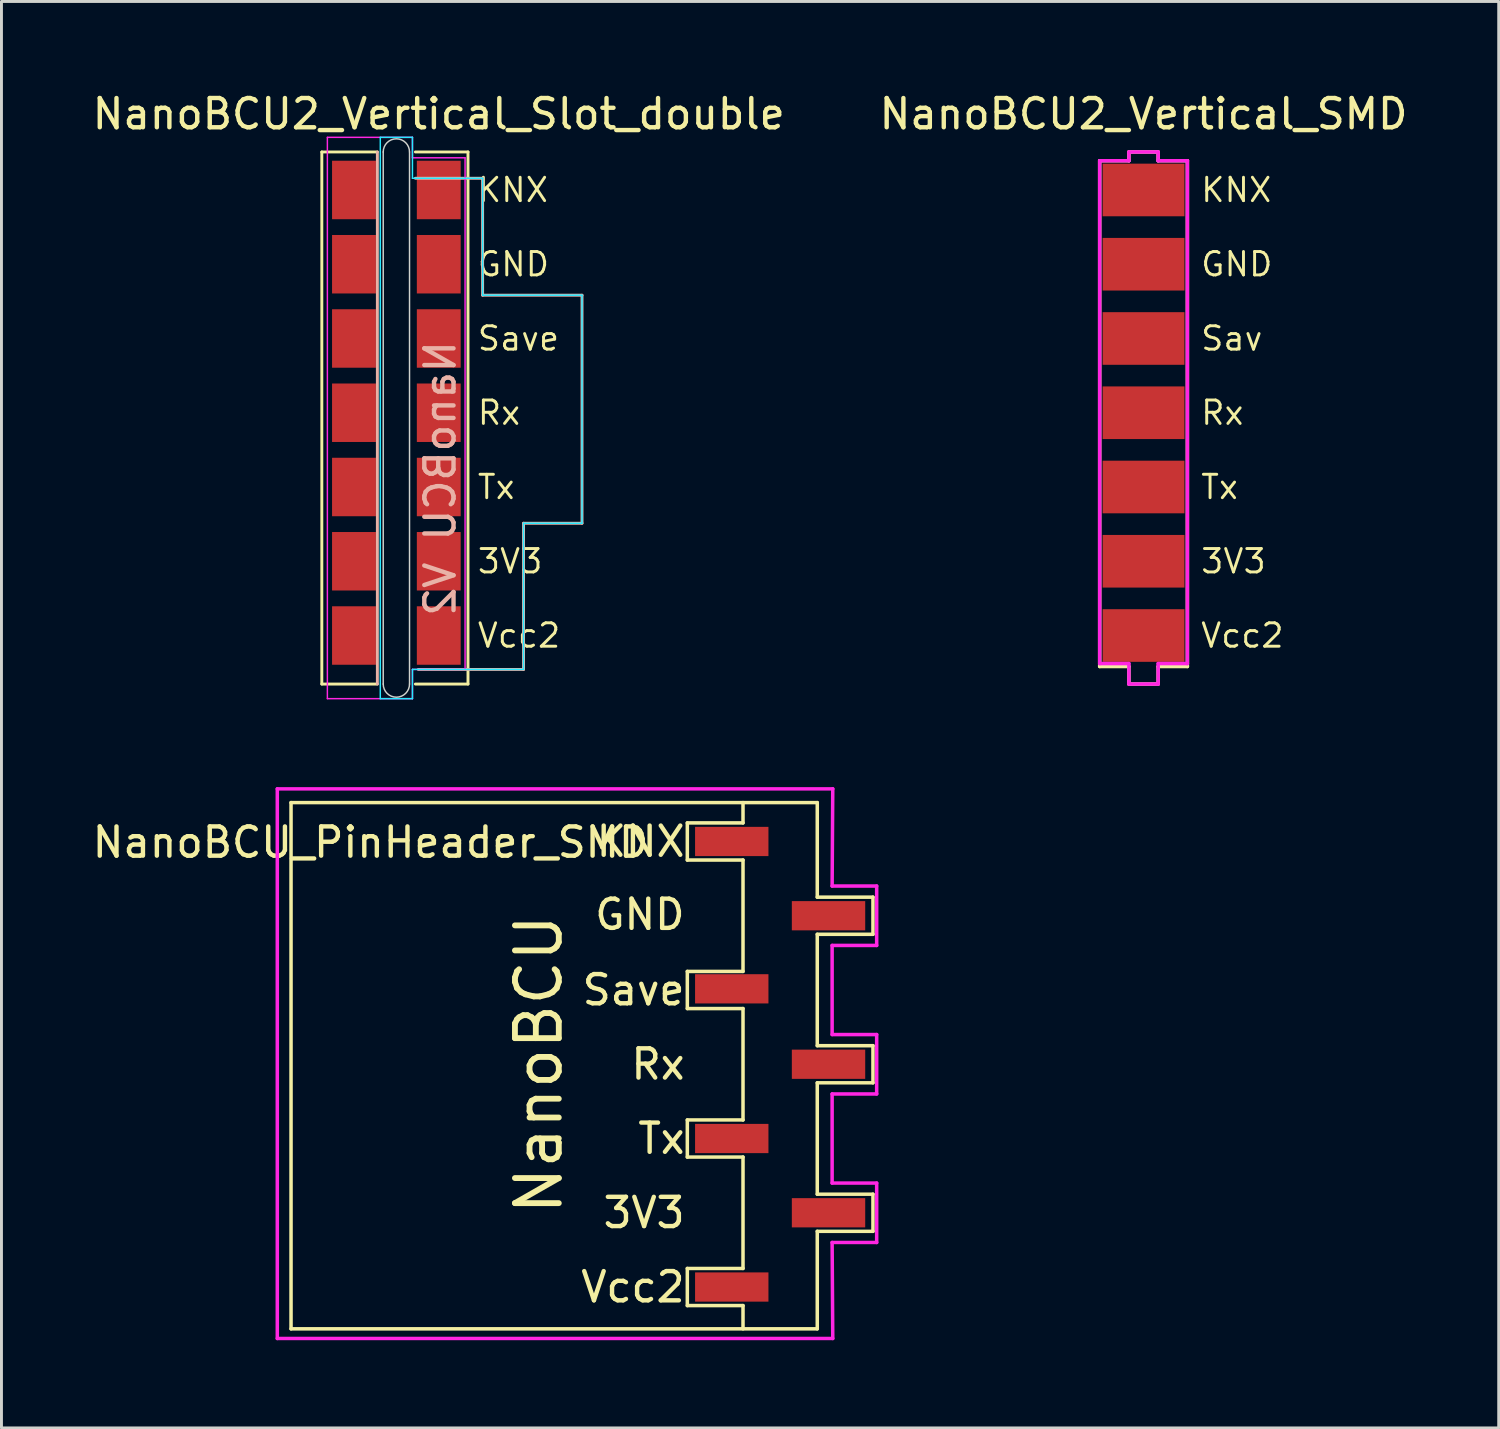
<source format=kicad_pcb>
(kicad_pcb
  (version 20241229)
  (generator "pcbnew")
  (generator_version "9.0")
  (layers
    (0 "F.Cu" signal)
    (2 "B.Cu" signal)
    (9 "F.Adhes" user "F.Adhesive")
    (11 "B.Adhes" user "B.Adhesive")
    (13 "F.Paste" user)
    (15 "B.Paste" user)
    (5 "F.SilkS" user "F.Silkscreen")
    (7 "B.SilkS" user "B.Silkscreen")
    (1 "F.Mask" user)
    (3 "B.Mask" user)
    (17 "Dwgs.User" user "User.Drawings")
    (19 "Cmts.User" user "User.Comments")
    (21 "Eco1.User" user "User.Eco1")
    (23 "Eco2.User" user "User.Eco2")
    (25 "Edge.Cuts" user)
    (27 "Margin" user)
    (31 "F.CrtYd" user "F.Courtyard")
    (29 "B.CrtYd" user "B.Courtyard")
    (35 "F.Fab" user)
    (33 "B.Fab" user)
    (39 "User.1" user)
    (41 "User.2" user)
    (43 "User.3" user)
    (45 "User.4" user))
  (footprint "NanoBCU_PinHeader_SMD"
    (layer "F.Cu")
    (at 23.635 25.733)
    (property "Reference" "NanoBCU_PinHeader_SMD" (at -14.01 0.03 0) (layer "F.SilkS") (effects (font (size 1 1) (thickness 0.15))))
    (attr smd)
    (fp_line (start -16.73 16.67) (end -16.73 -1.33) (stroke (width 0.12) (type solid)) (layer "F.SilkS"))
    (fp_line (start -3.175 -0.635) (end -3.175 0.635) (stroke (width 0.12) (type solid)) (layer "F.SilkS"))
    (fp_line (start -3.175 0.635) (end -1.27 0.635) (stroke (width 0.12) (type solid)) (layer "F.SilkS"))
    (fp_line (start -3.175 4.445) (end -3.175 5.715) (stroke (width 0.12) (type solid)) (layer "F.SilkS"))
    (fp_line (start -3.175 5.715) (end -1.27 5.715) (stroke (width 0.12) (type solid)) (layer "F.SilkS"))
    (fp_line (start -3.175 9.525) (end -3.175 10.795) (stroke (width 0.12) (type solid)) (layer "F.SilkS"))
    (fp_line (start -3.175 10.795) (end -1.27 10.795) (stroke (width 0.12) (type solid)) (layer "F.SilkS"))
    (fp_line (start -3.175 14.605) (end -3.175 15.875) (stroke (width 0.12) (type solid)) (layer "F.SilkS"))
    (fp_line (start -3.175 15.875) (end -1.27 15.875) (stroke (width 0.12) (type solid)) (layer "F.SilkS"))
    (fp_line (start -1.27 -1.33) (end -1.27 -0.635) (stroke (width 0.12) (type solid)) (layer "F.SilkS"))
    (fp_line (start -1.27 -0.635) (end -3.175 -0.635) (stroke (width 0.12) (type solid)) (layer "F.SilkS"))
    (fp_line (start -1.27 0.635) (end -1.27 4.445) (stroke (width 0.12) (type solid)) (layer "F.SilkS"))
    (fp_line (start -1.27 4.445) (end -3.175 4.445) (stroke (width 0.12) (type solid)) (layer "F.SilkS"))
    (fp_line (start -1.27 5.715) (end -1.27 9.525) (stroke (width 0.12) (type solid)) (layer "F.SilkS"))
    (fp_line (start -1.27 9.525) (end -3.175 9.525) (stroke (width 0.12) (type solid)) (layer "F.SilkS"))
    (fp_line (start -1.27 10.795) (end -1.27 14.605) (stroke (width 0.12) (type solid)) (layer "F.SilkS"))
    (fp_line (start -1.27 14.605) (end -3.175 14.605) (stroke (width 0.12) (type solid)) (layer "F.SilkS"))
    (fp_line (start -1.27 15.875) (end -1.27 16.67) (stroke (width 0.12) (type solid)) (layer "F.SilkS"))
    (fp_line (start 1.27 -1.33) (end -16.73 -1.33) (stroke (width 0.12) (type solid)) (layer "F.SilkS"))
    (fp_line (start 1.27 -1.33) (end 1.27 1.905) (stroke (width 0.12) (type solid)) (layer "F.SilkS"))
    (fp_line (start 1.27 1.905) (end 3.175 1.905) (stroke (width 0.12) (type solid)) (layer "F.SilkS"))
    (fp_line (start 1.27 3.175) (end 1.27 6.985) (stroke (width 0.12) (type solid)) (layer "F.SilkS"))
    (fp_line (start 1.27 6.985) (end 3.175 6.985) (stroke (width 0.12) (type solid)) (layer "F.SilkS"))
    (fp_line (start 1.27 8.255) (end 1.27 12.065) (stroke (width 0.12) (type solid)) (layer "F.SilkS"))
    (fp_line (start 1.27 12.065) (end 3.175 12.065) (stroke (width 0.12) (type solid)) (layer "F.SilkS"))
    (fp_line (start 1.27 13.335) (end 1.27 16.67) (stroke (width 0.12) (type solid)) (layer "F.SilkS"))
    (fp_line (start 1.27 16.67) (end -16.73 16.67) (stroke (width 0.12) (type solid)) (layer "F.SilkS"))
    (fp_line (start 3.175 1.905) (end 3.175 3.175) (stroke (width 0.12) (type solid)) (layer "F.SilkS"))
    (fp_line (start 3.175 3.175) (end 1.27 3.175) (stroke (width 0.12) (type solid)) (layer "F.SilkS"))
    (fp_line (start 3.175 6.985) (end 3.175 8.255) (stroke (width 0.12) (type solid)) (layer "F.SilkS"))
    (fp_line (start 3.175 8.255) (end 1.27 8.255) (stroke (width 0.12) (type solid)) (layer "F.SilkS"))
    (fp_line (start 3.175 12.065) (end 3.175 13.335) (stroke (width 0.12) (type solid)) (layer "F.SilkS"))
    (fp_line (start 3.175 13.335) (end 1.27 13.335) (stroke (width 0.12) (type solid)) (layer "F.SilkS"))
    (fp_line (start -17.2 -1.8) (end 1.8 -1.8) (stroke (width 0.12) (type solid)) (layer "F.CrtYd"))
    (fp_line (start -17.2 17) (end -17.2 -1.8) (stroke (width 0.12) (type solid)) (layer "F.CrtYd"))
    (fp_line (start 1.778 1.524) (end 3.302 1.524) (stroke (width 0.12) (type solid)) (layer "F.CrtYd"))
    (fp_line (start 1.778 3.556) (end 1.778 6.604) (stroke (width 0.12) (type solid)) (layer "F.CrtYd"))
    (fp_line (start 1.778 6.604) (end 3.302 6.604) (stroke (width 0.12) (type solid)) (layer "F.CrtYd"))
    (fp_line (start 1.778 8.636) (end 1.778 11.684) (stroke (width 0.12) (type solid)) (layer "F.CrtYd"))
    (fp_line (start 1.778 11.684) (end 3.302 11.684) (stroke (width 0.12) (type solid)) (layer "F.CrtYd"))
    (fp_line (start 1.778 13.716) (end 1.8 17) (stroke (width 0.12) (type solid)) (layer "F.CrtYd"))
    (fp_line (start 1.8 -1.8) (end 1.778 1.524) (stroke (width 0.12) (type solid)) (layer "F.CrtYd"))
    (fp_line (start 1.8 17) (end -17.2 17) (stroke (width 0.12) (type solid)) (layer "F.CrtYd"))
    (fp_line (start 3.302 1.524) (end 3.302 3.556) (stroke (width 0.12) (type solid)) (layer "F.CrtYd"))
    (fp_line (start 3.302 3.556) (end 1.778 3.556) (stroke (width 0.12) (type solid)) (layer "F.CrtYd"))
    (fp_line (start 3.302 6.604) (end 3.302 8.636) (stroke (width 0.12) (type solid)) (layer "F.CrtYd"))
    (fp_line (start 3.302 8.636) (end 1.778 8.636) (stroke (width 0.12) (type solid)) (layer "F.CrtYd"))
    (fp_line (start 3.302 11.684) (end 3.302 13.716) (stroke (width 0.12) (type solid)) (layer "F.CrtYd"))
    (fp_line (start 3.302 13.716) (end 1.778 13.716) (stroke (width 0.12) (type solid)) (layer "F.CrtYd"))
    (fp_text user "Tx" (at -3.175 10.16 0) (layer "F.SilkS") (effects (font (size 1 1) (thickness 0.15)) (justify right)))
    (fp_text user "KNX" (at -3.175 0 0) (layer "F.SilkS") (effects (font (size 1 1) (thickness 0.15)) (justify right)))
    (fp_text user "NanoBCU" (at -8.255 7.62 90) (layer "F.SilkS") (effects (font (size 1.5 1.5) (thickness 0.2))))
    (fp_text user "3V3" (at -3.175 12.7 0) (layer "F.SilkS") (effects (font (size 1 1) (thickness 0.15)) (justify right)))
    (fp_text user "Save" (at -3.175 5.08 0) (layer "F.SilkS") (effects (font (size 1 1) (thickness 0.15)) (justify right)))
    (fp_text user "Rx" (at -3.175 7.62 0) (layer "F.SilkS") (effects (font (size 1 1) (thickness 0.15)) (justify right)))
    (fp_text user "Vcc2" (at -3.175 15.24 0) (layer "F.SilkS") (effects (font (size 1 1) (thickness 0.15)) (justify right)))
    (fp_text user "GND" (at -3.175 2.5 0) (layer "F.SilkS") (effects (font (size 1 1) (thickness 0.15)) (justify right)))
    (pad "1" smd rect (at -1.655 0) (size 2.51 1) (layers "F.Cu" "F.Mask" "F.Paste"))
    (pad "2" smd rect (at 1.655 2.54) (size 2.51 1) (layers "F.Cu" "F.Mask" "F.Paste"))
    (pad "3" smd rect (at -1.655 5.04) (size 2.51 1) (layers "F.Cu" "F.Mask" "F.Paste"))
    (pad "4" smd rect (at 1.655 7.62) (size 2.51 1) (layers "F.Cu" "F.Mask" "F.Paste"))
    (pad "5" smd rect (at -1.655 10.16) (size 2.51 1) (layers "F.Cu" "F.Mask" "F.Paste"))
    (pad "6" smd rect (at 1.655 12.7) (size 2.51 1) (layers "F.Cu" "F.Mask" "F.Paste"))
    (pad "7" smd rect (at -1.655 15.24) (size 2.51 1) (layers "F.Cu" "F.Mask" "F.Paste")))
  (footprint "NanoBCU2_Vertical_Slot_double"
    (layer "F.Cu")
    (at 11.958 3.448)
    (property "Reference" "NanoBCU2_Vertical_Slot_double" (at 0 -2.6 0) (layer "F.SilkS") (effects (font (size 1 1) (thickness 0.15))))
    (fp_line (start -4 -1.3) (end -4 16.9) (stroke (width 0.1) (type default)) (layer "F.SilkS"))
    (fp_line (start -4 -1.3) (end -2.1 -1.3) (stroke (width 0.1) (type default)) (layer "F.SilkS"))
    (fp_line (start -4 16.9) (end -2.1 16.9) (stroke (width 0.1) (type default)) (layer "F.SilkS"))
    (fp_line (start -0.8 -1.3) (end 1 -1.3) (stroke (width 0.1) (type default)) (layer "F.SilkS"))
    (fp_line (start -0.8 16.9) (end 1 16.9) (stroke (width 0.1) (type default)) (layer "F.SilkS"))
    (fp_line (start 1 16.9) (end 1 -1.3) (stroke (width 0.1) (type default)) (layer "F.SilkS"))
    (fp_line (start -2.1 -1.3) (end -2.1 16.9) (stroke (width 0.1) (type default)) (layer "B.SilkS"))
    (fp_line (start -0.8 -0.4) (end 1.5 -0.4) (stroke (width 0.1) (type default)) (layer "B.SilkS"))
    (fp_line (start -0.7 16.4) (end 2.9 16.4) (stroke (width 0.1) (type default)) (layer "B.SilkS"))
    (fp_line (start 1.5 3.6) (end 1.5 -0.4) (stroke (width 0.1) (type default)) (layer "B.SilkS"))
    (fp_line (start 2.9 11.4) (end 4.9 11.4) (stroke (width 0.1) (type default)) (layer "B.SilkS"))
    (fp_line (start 2.9 16.4) (end 2.9 11.4) (stroke (width 0.1) (type default)) (layer "B.SilkS"))
    (fp_line (start 4.9 3.6) (end 1.5 3.6) (stroke (width 0.1) (type default)) (layer "B.SilkS"))
    (fp_line (start 4.9 11.4) (end 4.9 3.6) (stroke (width 0.1) (type default)) (layer "B.SilkS"))
    (fp_line (start -1.9 -1.3) (end -1.9 16.9) (stroke (width 0.05) (type default)) (layer "Edge.Cuts"))
    (fp_line (start -1 -1.3) (end -1 16.9) (stroke (width 0.05) (type default)) (layer "Edge.Cuts"))
    (fp_arc (start -1.9 -1.3) (mid -1.45 -1.75) (end -1 -1.3) (stroke (width 0.05) (type default)) (layer "Edge.Cuts"))
    (fp_arc (start -1 16.9) (mid -1.45 17.35) (end -1.9 16.9) (stroke (width 0.05) (type default)) (layer "Edge.Cuts"))
    (fp_line (start -2 -1.8) (end -2 17.4) (stroke (width 0.05) (type default)) (layer "B.CrtYd"))
    (fp_line (start -2 17.4) (end -0.9 17.4) (stroke (width 0.05) (type default)) (layer "B.CrtYd"))
    (fp_line (start -0.9 -1.8) (end -2 -1.8) (stroke (width 0.05) (type default)) (layer "B.CrtYd"))
    (fp_line (start -0.9 -0.4) (end -0.9 -1.8) (stroke (width 0.05) (type default)) (layer "B.CrtYd"))
    (fp_line (start -0.9 16.4) (end 2.9 16.4) (stroke (width 0.05) (type default)) (layer "B.CrtYd"))
    (fp_line (start -0.9 17.4) (end -0.9 16.4) (stroke (width 0.05) (type default)) (layer "B.CrtYd"))
    (fp_line (start 1.5 -0.4) (end -0.9 -0.4) (stroke (width 0.05) (type default)) (layer "B.CrtYd"))
    (fp_line (start 1.5 3.6) (end 1.5 -0.4) (stroke (width 0.05) (type default)) (layer "B.CrtYd"))
    (fp_line (start 2.9 11.4) (end 4.9 11.4) (stroke (width 0.05) (type default)) (layer "B.CrtYd"))
    (fp_line (start 2.9 16.4) (end 2.9 11.4) (stroke (width 0.05) (type default)) (layer "B.CrtYd"))
    (fp_line (start 4.9 3.6) (end 1.5 3.6) (stroke (width 0.05) (type default)) (layer "B.CrtYd"))
    (fp_line (start 4.9 11.4) (end 4.9 3.6) (stroke (width 0.05) (type default)) (layer "B.CrtYd"))
    (fp_line (start -3.81 -1.8) (end -0.9 -1.8) (stroke (width 0.05) (type default)) (layer "F.CrtYd"))
    (fp_line (start -3.81 17.4) (end -3.81 -1.8) (stroke (width 0.05) (type default)) (layer "F.CrtYd"))
    (fp_line (start -0.9 -1.8) (end -0.9 -1.1) (stroke (width 0.05) (type default)) (layer "F.CrtYd"))
    (fp_line (start -0.9 -1.1) (end 0.9 -1.1) (stroke (width 0.05) (type default)) (layer "F.CrtYd"))
    (fp_line (start -0.9 16.4) (end -0.9 17.4) (stroke (width 0.05) (type default)) (layer "F.CrtYd"))
    (fp_line (start -0.9 17.4) (end -3.81 17.4) (stroke (width 0.05) (type default)) (layer "F.CrtYd"))
    (fp_line (start 0.9 -1.1) (end 0.9 16.4) (stroke (width 0.05) (type default)) (layer "F.CrtYd"))
    (fp_line (start 0.9 16.4) (end -0.9 16.4) (stroke (width 0.05) (type default)) (layer "F.CrtYd"))
    (fp_text user "Tx" (at 1.27 10.16 0) (unlocked yes) (layer "F.SilkS") (effects (font (size 0.8 0.8) (thickness 0.1)) (justify left)))
    (fp_text user "KNX" (at 1.27 0 0) (unlocked yes) (layer "F.SilkS") (effects (font (size 0.8 0.8) (thickness 0.1)) (justify left)))
    (fp_text user "3V3" (at 1.27 12.7 0) (unlocked yes) (layer "F.SilkS") (effects (font (size 0.8 0.8) (thickness 0.1)) (justify left)))
    (fp_text user "Save" (at 1.27 5.08 0) (unlocked yes) (layer "F.SilkS") (effects (font (size 0.8 0.8) (thickness 0.1)) (justify left)))
    (fp_text user "GND" (at 1.27 2.54 0) (unlocked yes) (layer "F.SilkS") (effects (font (size 0.8 0.8) (thickness 0.1)) (justify left)))
    (fp_text user "Rx" (at 1.27 7.62 0) (unlocked yes) (layer "F.SilkS") (effects (font (size 0.8 0.8) (thickness 0.1)) (justify left)))
    (fp_text user "Vcc2" (at 1.27 15.24 0) (unlocked yes) (layer "F.SilkS") (effects (font (size 0.8 0.8) (thickness 0.1)) (justify left)))
    (fp_text user "NanoBCU V2" (at 0.635 5.08 90) (unlocked yes) (layer "B.SilkS") (effects (font (size 1 1) (thickness 0.15)) (justify left bottom mirror)))
    (pad "1" smd rect (at -2.9 0) (size 1.5 2) (layers "F.Cu" "F.Mask"))
    (pad "1" smd rect (at 0 0) (size 1.5 2) (layers "F.Cu" "F.Mask"))
    (pad "2" smd rect (at -2.9 2.54) (size 1.5 2) (layers "F.Cu" "F.Mask"))
    (pad "2" smd rect (at 0 2.54) (size 1.5 2) (layers "F.Cu" "F.Mask"))
    (pad "3" smd rect (at -2.9 5.08) (size 1.5 2) (layers "F.Cu" "F.Mask"))
    (pad "3" smd rect (at 0 5.08) (size 1.5 2) (layers "F.Cu" "F.Mask"))
    (pad "4" smd rect (at -2.9 7.62) (size 1.5 2) (layers "F.Cu" "F.Mask"))
    (pad "4" smd rect (at 0 7.62) (size 1.5 2) (layers "F.Cu" "F.Mask"))
    (pad "5" smd rect (at -2.9 10.16) (size 1.5 2) (layers "F.Cu" "F.Mask"))
    (pad "5" smd rect (at 0 10.16) (size 1.5 2) (layers "F.Cu" "F.Mask"))
    (pad "6" smd rect (at -2.9 12.7) (size 1.5 2) (layers "F.Cu" "F.Mask"))
    (pad "6" smd rect (at 0 12.7) (size 1.5 2) (layers "F.Cu" "F.Mask"))
    (pad "7" smd rect (at -2.9 15.24) (size 1.5 2) (layers "F.Cu" "F.Mask"))
    (pad "7" smd rect (at 0 15.24) (size 1.5 2) (layers "F.Cu" "F.Mask")))
  (footprint "NanoBCU2_Vertical_SMD"
    (layer "F.Cu")
    (at 36.065 3.448)
    (property "Reference" "NanoBCU2_Vertical_SMD" (at 0 -2.6 0) (layer "F.SilkS") (effects (font (size 1 1) (thickness 0.15))))
    (attr smd)
    (fp_line (start -1.5 -1) (end -1.5 16.3) (stroke (width 0.12) (type default)) (layer "F.SilkS"))
    (fp_line (start -0.5 -1.3) (end -0.5 -1) (stroke (width 0.12) (type default)) (layer "F.SilkS"))
    (fp_line (start -0.5 -1.3) (end 0.5 -1.3) (stroke (width 0.12) (type default)) (layer "F.SilkS"))
    (fp_line (start -0.5 -1) (end -1.5 -1) (stroke (width 0.12) (type default)) (layer "F.SilkS"))
    (fp_line (start -0.5 16.3) (end -1.5 16.3) (stroke (width 0.12) (type default)) (layer "F.SilkS"))
    (fp_line (start -0.5 16.9) (end -0.5 16.3) (stroke (width 0.12) (type default)) (layer "F.SilkS"))
    (fp_line (start -0.5 16.9) (end 0.5 16.9) (stroke (width 0.12) (type default)) (layer "F.SilkS"))
    (fp_line (start 0.5 -1.3) (end 0.5 -1) (stroke (width 0.12) (type default)) (layer "F.SilkS"))
    (fp_line (start 0.5 -1) (end 1.5 -1) (stroke (width 0.12) (type default)) (layer "F.SilkS"))
    (fp_line (start 0.5 16.3) (end 1.5 16.3) (stroke (width 0.12) (type default)) (layer "F.SilkS"))
    (fp_line (start 0.5 16.9) (end 0.5 16.3) (stroke (width 0.12) (type default)) (layer "F.SilkS"))
    (fp_line (start 1.5 16.3) (end 1.5 -1) (stroke (width 0.12) (type default)) (layer "F.SilkS"))
    (fp_line (start -1.5 -1) (end -0.5 -1) (stroke (width 0.12) (type default)) (layer "F.CrtYd"))
    (fp_line (start -1.5 16.2) (end -1.5 -1) (stroke (width 0.12) (type default)) (layer "F.CrtYd"))
    (fp_line (start -1.5 16.2) (end -0.5 16.2) (stroke (width 0.12) (type default)) (layer "F.CrtYd"))
    (fp_line (start -0.5 -1.3) (end 0.5 -1.3) (stroke (width 0.12) (type default)) (layer "F.CrtYd"))
    (fp_line (start -0.5 -1) (end -0.5 -1.3) (stroke (width 0.12) (type default)) (layer "F.CrtYd"))
    (fp_line (start -0.5 16.2) (end -0.5 16.9) (stroke (width 0.12) (type default)) (layer "F.CrtYd"))
    (fp_line (start -0.5 16.9) (end 0.5 16.9) (stroke (width 0.12) (type default)) (layer "F.CrtYd"))
    (fp_line (start 0.5 -1.3) (end 0.5 -1) (stroke (width 0.12) (type default)) (layer "F.CrtYd"))
    (fp_line (start 0.5 -1) (end 1.5 -1) (stroke (width 0.12) (type default)) (layer "F.CrtYd"))
    (fp_line (start 0.5 16.2) (end 1.5 16.2) (stroke (width 0.12) (type default)) (layer "F.CrtYd"))
    (fp_line (start 0.5 16.9) (end 0.5 16.2) (stroke (width 0.12) (type default)) (layer "F.CrtYd"))
    (fp_line (start 1.5 -1) (end 1.5 16.2) (stroke (width 0.12) (type default)) (layer "F.CrtYd"))
    (fp_text user "KNX" (at 1.905 0 0) (unlocked yes) (layer "F.SilkS") (effects (font (size 0.8 0.8) (thickness 0.1)) (justify left)))
    (fp_text user "Tx" (at 1.905 10.16 0) (unlocked yes) (layer "F.SilkS") (effects (font (size 0.8 0.8) (thickness 0.1)) (justify left)))
    (fp_text user "GND" (at 1.905 2.54 0) (unlocked yes) (layer "F.SilkS") (effects (font (size 0.8 0.8) (thickness 0.1)) (justify left)))
    (fp_text user "Rx" (at 1.905 7.62 0) (unlocked yes) (layer "F.SilkS") (effects (font (size 0.8 0.8) (thickness 0.1)) (justify left)))
    (fp_text user "Sav" (at 1.905 5.08 0) (unlocked yes) (layer "F.SilkS") (effects (font (size 0.8 0.8) (thickness 0.1)) (justify left)))
    (fp_text user "3V3" (at 1.905 12.7 0) (unlocked yes) (layer "F.SilkS") (effects (font (size 0.8 0.8) (thickness 0.1)) (justify left)))
    (fp_text user "Vcc2" (at 1.905 15.24 0) (unlocked yes) (layer "F.SilkS") (effects (font (size 0.8 0.8) (thickness 0.1)) (justify left)))
    (pad "1" smd rect (at 0 0) (size 2.8 1.8) (layers "F.Cu" "F.Mask"))
    (pad "2" smd rect (at 0 2.54) (size 2.8 1.8) (layers "F.Cu" "F.Mask"))
    (pad "3" smd rect (at 0 5.08) (size 2.8 1.8) (layers "F.Cu" "F.Mask"))
    (pad "4" smd rect (at 0 7.62) (size 2.8 1.8) (layers "F.Cu" "F.Mask"))
    (pad "5" smd rect (at 0 10.16) (size 2.8 1.8) (layers "F.Cu" "F.Mask"))
    (pad "6" smd rect (at 0 12.7) (size 2.8 1.8) (layers "F.Cu" "F.Mask"))
    (pad "7" smd rect (at 0 15.24) (size 2.8 1.8) (layers "F.Cu" "F.Mask")))
  (gr_rect
    (start -3 -3)
    (end 48.214 45.793)
    (stroke (width 0.1) (type default))
    (fill no)
    (layer "Edge.Cuts")))
</source>
